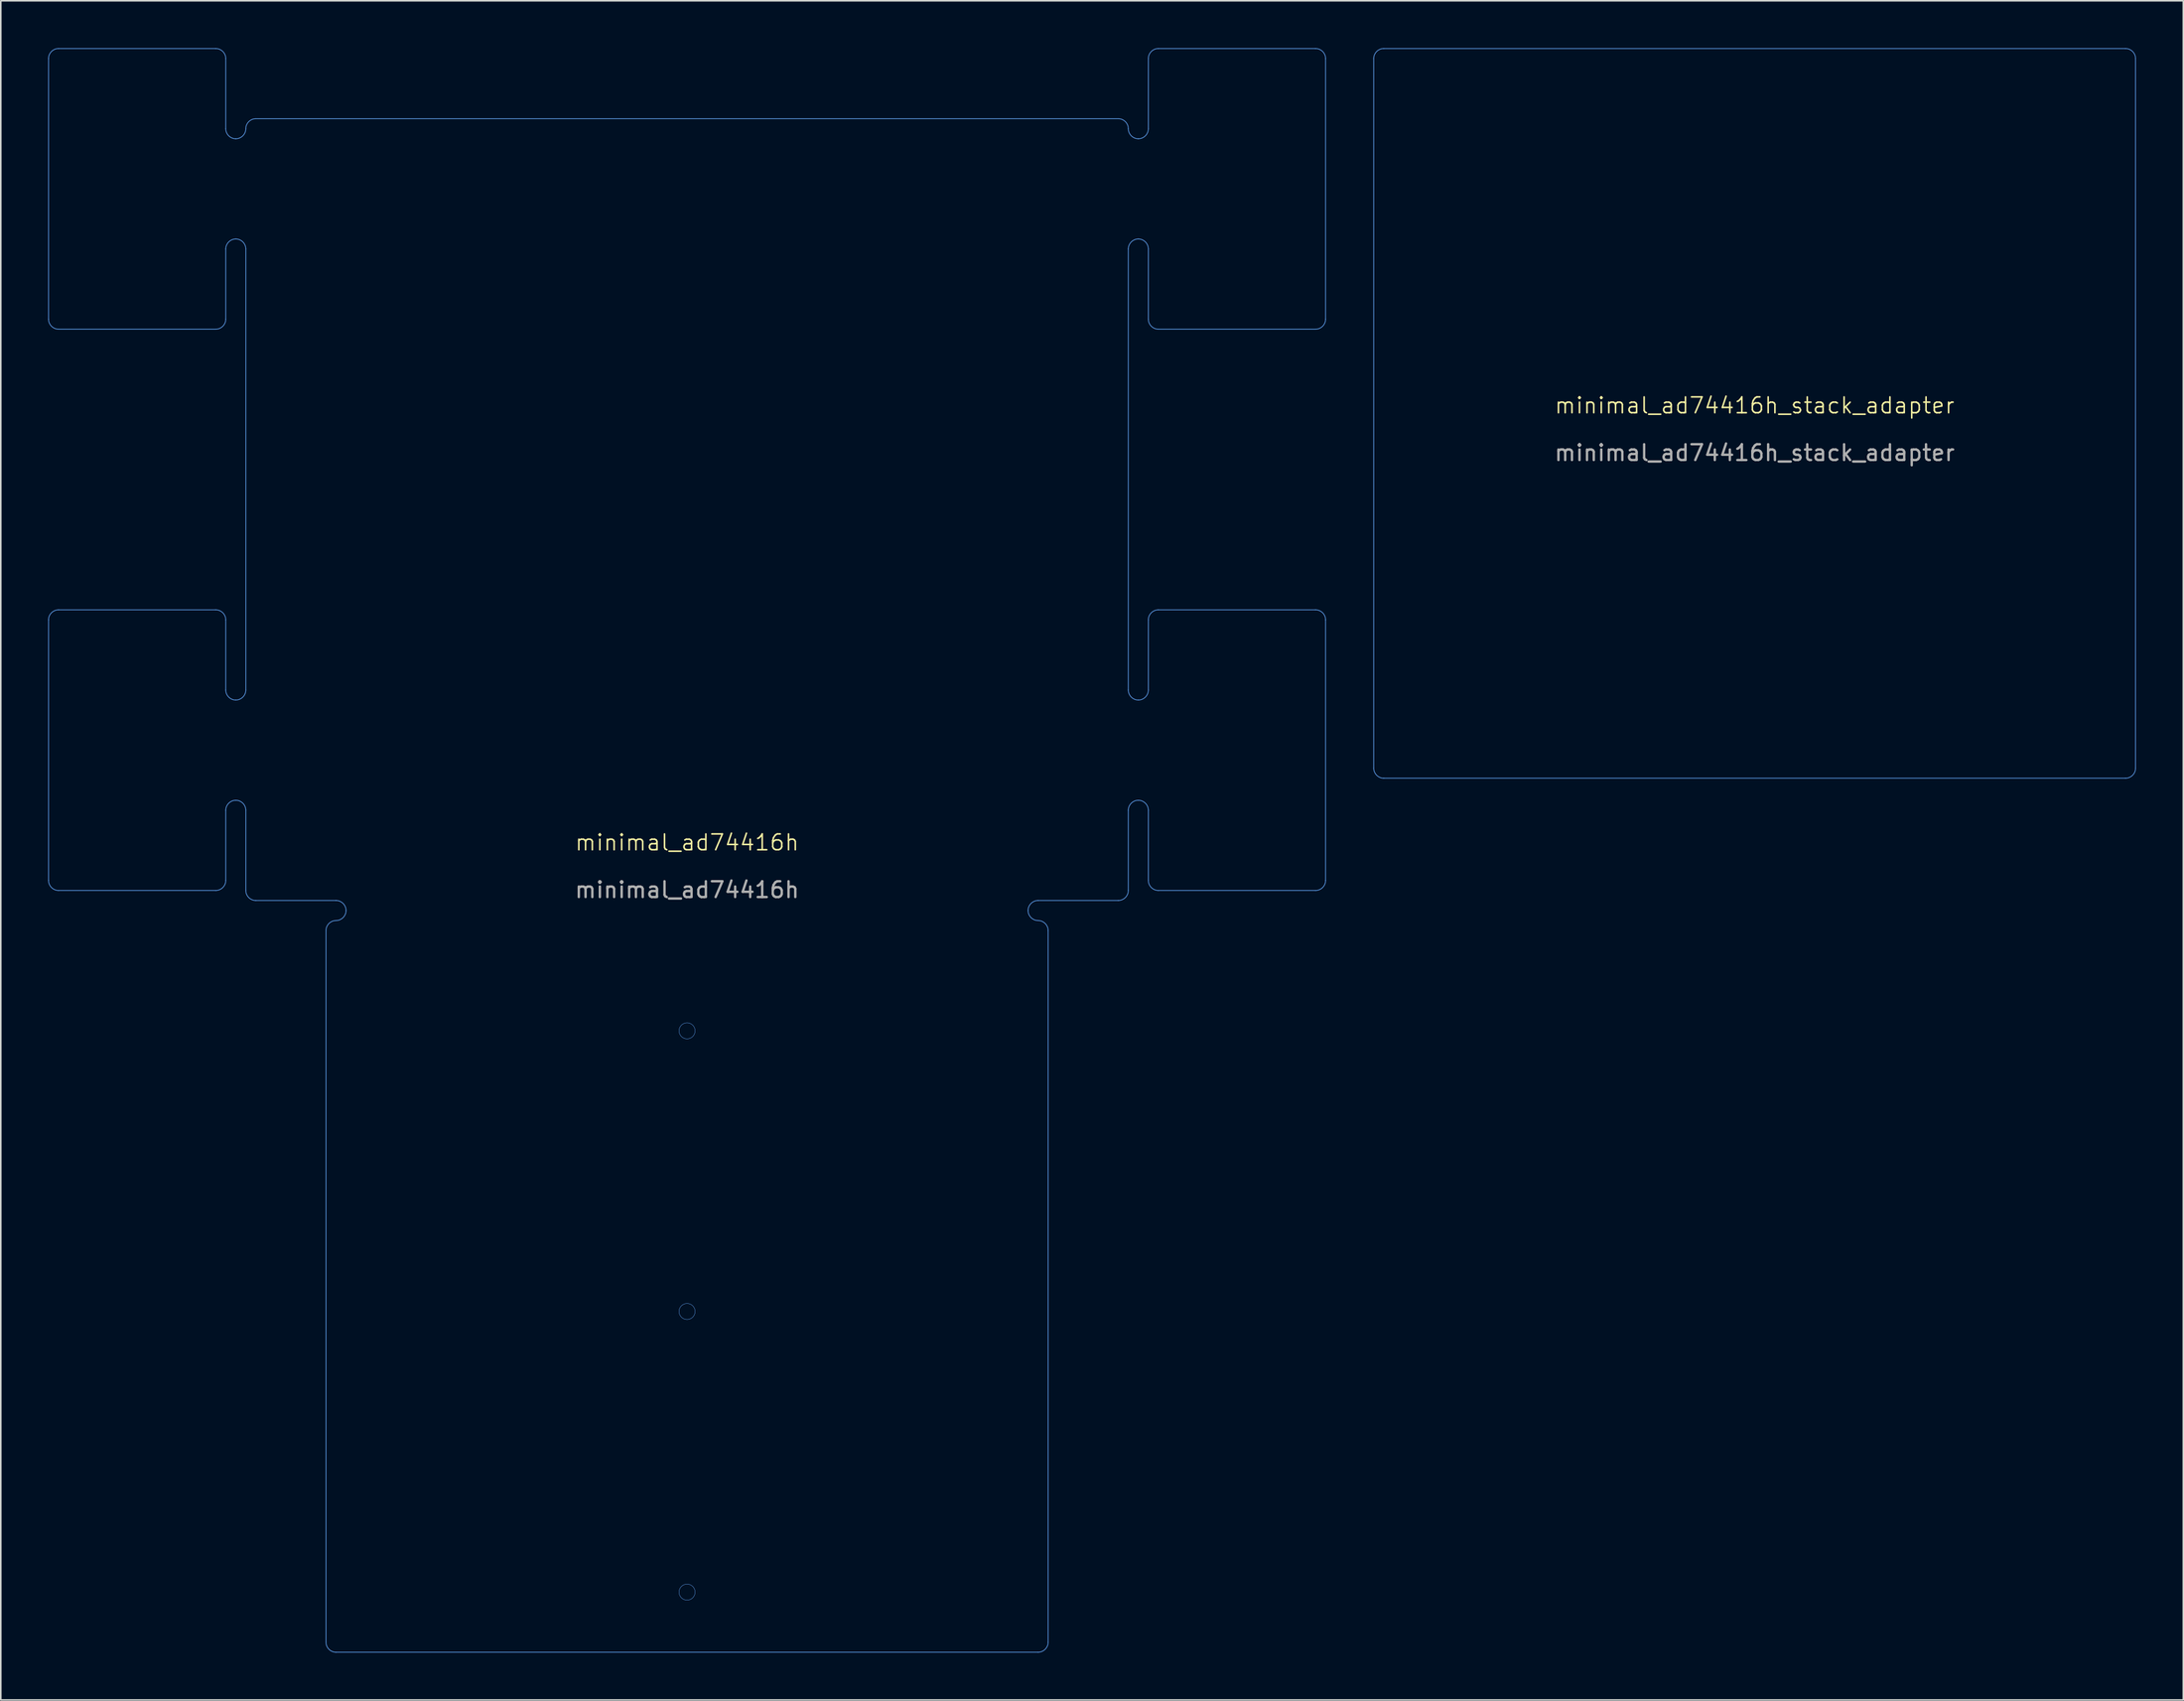
<source format=kicad_pcb>
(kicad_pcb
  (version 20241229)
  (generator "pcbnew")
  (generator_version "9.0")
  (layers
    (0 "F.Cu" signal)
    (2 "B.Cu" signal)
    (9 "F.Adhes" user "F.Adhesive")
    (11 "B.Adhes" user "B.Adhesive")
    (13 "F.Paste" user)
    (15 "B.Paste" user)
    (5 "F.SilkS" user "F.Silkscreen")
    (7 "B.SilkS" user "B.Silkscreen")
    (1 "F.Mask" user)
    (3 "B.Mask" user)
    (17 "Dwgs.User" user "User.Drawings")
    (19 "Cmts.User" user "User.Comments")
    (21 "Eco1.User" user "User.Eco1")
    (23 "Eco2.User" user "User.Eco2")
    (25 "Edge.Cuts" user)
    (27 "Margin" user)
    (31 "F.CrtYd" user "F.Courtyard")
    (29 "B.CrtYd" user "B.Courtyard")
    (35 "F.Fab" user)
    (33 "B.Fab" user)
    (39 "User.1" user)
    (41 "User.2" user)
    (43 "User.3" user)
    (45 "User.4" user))
  (footprint "minimal_ad74416h_stack_adapter"
    (layer "F.Cu")
    (at 108.104 23.139)
    (property "Reference" "minimal_ad74416h_stack_adapter" (at 0 -0.5 0) (unlocked yes) (layer "F.SilkS") (effects (font (size 1 1) (thickness 0.1))))
    (fp_line (start -24.13 -22.479) (end -24.13 22.479) (stroke (width 0.05) (type default)) (layer "Cmts.User"))
    (fp_line (start -23.495 -23.114) (end 23.495 -23.114) (stroke (width 0.05) (type default)) (layer "Cmts.User"))
    (fp_line (start 23.495 23.114) (end -23.495 23.114) (stroke (width 0.05) (type default)) (layer "Cmts.User"))
    (fp_line (start 24.13 22.479) (end 24.13 -22.479) (stroke (width 0.05) (type solid)) (layer "Cmts.User"))
    (fp_arc (start -24.13 -22.479) (mid -23.944013 -22.928013) (end -23.495 -23.114) (stroke (width 0.05) (type default)) (layer "Cmts.User"))
    (fp_arc (start -23.495 23.114) (mid -23.944013 22.928013) (end -24.13 22.479) (stroke (width 0.05) (type default)) (layer "Cmts.User"))
    (fp_arc (start 23.495 -23.114) (mid 23.944013 -22.928013) (end 24.13 -22.479) (stroke (width 0.05) (type default)) (layer "Cmts.User"))
    (fp_arc (start 24.13 22.479) (mid 23.944013 22.928013) (end 23.495 23.114) (stroke (width 0.05) (type default)) (layer "Cmts.User"))
    (fp_text user "${REFERENCE}" (at 0 2.5 0) (unlocked yes) (layer "F.Fab") (effects (font (size 1 1) (thickness 0.15)))))
  (footprint "minimal_ad74416h"
    (layer "F.Cu")
    (at 40.474 50.826)
    (property "Reference" "minimal_ad74416h" (at 0 -0.5 0) (unlocked yes) (layer "F.SilkS") (effects (font (size 1 1) (thickness 0.1))))
    (fp_line (start -40.449 -33.656) (end -40.449 -50.166) (stroke (width 0.05) (type default)) (layer "Cmts.User"))
    (fp_line (start -40.449 1.904) (end -40.449 -14.606) (stroke (width 0.05) (type default)) (layer "Cmts.User"))
    (fp_line (start -39.814 -50.801) (end -29.857 -50.801) (stroke (width 0.05) (type default)) (layer "Cmts.User"))
    (fp_line (start -39.814 -33.021) (end -29.857 -33.021) (stroke (width 0.05) (type default)) (layer "Cmts.User"))
    (fp_line (start -29.857 -15.241) (end -39.814 -15.241) (stroke (width 0.05) (type default)) (layer "Cmts.User"))
    (fp_line (start -29.857 2.539) (end -39.814 2.539) (stroke (width 0.05) (type default)) (layer "Cmts.User"))
    (fp_line (start -29.222 -45.721) (end -29.222 -50.166) (stroke (width 0.05) (type default)) (layer "Cmts.User"))
    (fp_line (start -29.222 -38.101) (end -29.222 -33.656) (stroke (width 0.05) (type default)) (layer "Cmts.User"))
    (fp_line (start -29.222 -14.606) (end -29.222 -10.161) (stroke (width 0.05) (type default)) (layer "Cmts.User"))
    (fp_line (start -29.222 1.904) (end -29.222 -2.541) (stroke (width 0.05) (type default)) (layer "Cmts.User"))
    (fp_line (start -27.952 -38.101) (end -27.952 -10.161) (stroke (width 0.05) (type default)) (layer "Cmts.User"))
    (fp_line (start -27.952 -2.541) (end -27.952 2.539) (stroke (width 0.05) (type default)) (layer "Cmts.User"))
    (fp_line (start -27.317 -46.356) (end 27.318 -46.356) (stroke (width 0.05) (type default)) (layer "Cmts.User"))
    (fp_line (start -27.317 3.174) (end -22.237 3.174) (stroke (width 0.05) (type default)) (layer "Cmts.User"))
    (fp_line (start -22.872 5.079) (end -22.872 50.164) (stroke (width 0.05) (type solid)) (layer "Cmts.User"))
    (fp_line (start 22.238 3.174) (end 27.318 3.174) (stroke (width 0.05) (type default)) (layer "Cmts.User"))
    (fp_line (start 22.238 50.799) (end -22.237 50.799) (stroke (width 0.05) (type default)) (layer "Cmts.User"))
    (fp_line (start 22.873 5.079) (end 22.873 50.164) (stroke (width 0.05) (type solid)) (layer "Cmts.User"))
    (fp_line (start 27.953 -10.161) (end 27.953 -38.101) (stroke (width 0.05) (type default)) (layer "Cmts.User"))
    (fp_line (start 27.953 2.539) (end 27.953 -2.541) (stroke (width 0.05) (type solid)) (layer "Cmts.User"))
    (fp_line (start 29.223 -50.166) (end 29.223 -45.721) (stroke (width 0.05) (type default)) (layer "Cmts.User"))
    (fp_line (start 29.223 -38.101) (end 29.223 -33.656) (stroke (width 0.05) (type default)) (layer "Cmts.User"))
    (fp_line (start 29.223 -14.606) (end 29.223 -10.161) (stroke (width 0.05) (type default)) (layer "Cmts.User"))
    (fp_line (start 29.223 -2.541) (end 29.223 1.904) (stroke (width 0.05) (type default)) (layer "Cmts.User"))
    (fp_line (start 29.858 -50.801) (end 39.815 -50.801) (stroke (width 0.05) (type default)) (layer "Cmts.User"))
    (fp_line (start 29.858 -15.241) (end 39.815 -15.241) (stroke (width 0.05) (type default)) (layer "Cmts.User"))
    (fp_line (start 39.815 -33.021) (end 29.858 -33.021) (stroke (width 0.05) (type default)) (layer "Cmts.User"))
    (fp_line (start 39.815 2.539) (end 29.858 2.539) (stroke (width 0.05) (type default)) (layer "Cmts.User"))
    (fp_line (start 40.45 -50.166) (end 40.45 -33.656) (stroke (width 0.05) (type default)) (layer "Cmts.User"))
    (fp_line (start 40.45 -14.606) (end 40.45 1.904) (stroke (width 0.05) (type default)) (layer "Cmts.User"))
    (fp_arc (start -40.448933 -50.165567) (mid -40.262946 -50.61458) (end -39.813933 -50.800567) (stroke (width 0.05) (type default)) (layer "Cmts.User"))
    (fp_arc (start -40.448933 -14.605567) (mid -40.262946 -15.05458) (end -39.813933 -15.240567) (stroke (width 0.05) (type default)) (layer "Cmts.User"))
    (fp_arc (start -39.813933 -33.020567) (mid -40.262946 -33.206554) (end -40.448933 -33.655567) (stroke (width 0.05) (type default)) (layer "Cmts.User"))
    (fp_arc (start -39.813933 2.539433) (mid -40.262946 2.353446) (end -40.448933 1.904433) (stroke (width 0.05) (type default)) (layer "Cmts.User"))
    (fp_arc (start -29.857133 -50.800567) (mid -29.40812 -50.61458) (end -29.222133 -50.165567) (stroke (width 0.05) (type default)) (layer "Cmts.User"))
    (fp_arc (start -29.857133 -15.240567) (mid -29.40812 -15.05458) (end -29.222133 -14.605567) (stroke (width 0.05) (type default)) (layer "Cmts.User"))
    (fp_arc (start -29.222133 -38.100567) (mid -29.036146 -38.54958) (end -28.587133 -38.735567) (stroke (width 0.05) (type default)) (layer "Cmts.User"))
    (fp_arc (start -29.222133 -33.655567) (mid -29.40812 -33.206554) (end -29.857133 -33.020567) (stroke (width 0.05) (type default)) (layer "Cmts.User"))
    (fp_arc (start -29.222133 -2.540567) (mid -29.036146 -2.98958) (end -28.587133 -3.175567) (stroke (width 0.05) (type default)) (layer "Cmts.User"))
    (fp_arc (start -29.222133 1.904433) (mid -29.40812 2.353446) (end -29.857133 2.539433) (stroke (width 0.05) (type default)) (layer "Cmts.User"))
    (fp_arc (start -28.587133 -45.085567) (mid -29.036146 -45.271554) (end -29.222133 -45.720567) (stroke (width 0.05) (type default)) (layer "Cmts.User"))
    (fp_arc (start -28.587133 -38.735567) (mid -28.13812 -38.54958) (end -27.952133 -38.100567) (stroke (width 0.05) (type default)) (layer "Cmts.User"))
    (fp_arc (start -28.587133 -9.525567) (mid -29.036146 -9.711554) (end -29.222133 -10.160567) (stroke (width 0.05) (type default)) (layer "Cmts.User"))
    (fp_arc (start -28.587133 -3.175567) (mid -28.13812 -2.98958) (end -27.952133 -2.540567) (stroke (width 0.05) (type default)) (layer "Cmts.User"))
    (fp_arc (start -27.952133 -45.720567) (mid -28.13812 -45.271554) (end -28.587133 -45.085567) (stroke (width 0.05) (type default)) (layer "Cmts.User"))
    (fp_arc (start -27.952133 -45.720567) (mid -27.766146 -46.16958) (end -27.317133 -46.355567) (stroke (width 0.05) (type default)) (layer "Cmts.User"))
    (fp_arc (start -27.952133 -10.160567) (mid -28.13812 -9.711554) (end -28.587133 -9.525567) (stroke (width 0.05) (type default)) (layer "Cmts.User"))
    (fp_arc (start -27.317133 3.174433) (mid -27.766146 2.988446) (end -27.952133 2.539433) (stroke (width 0.05) (type default)) (layer "Cmts.User"))
    (fp_arc (start -22.872133 5.079433) (mid -22.686146 4.63042) (end -22.237133 4.444433) (stroke (width 0.05) (type default)) (layer "Cmts.User"))
    (fp_arc (start -22.237133 3.174433) (mid -21.78812 3.36042) (end -21.602133 3.809433) (stroke (width 0.05) (type default)) (layer "Cmts.User"))
    (fp_arc (start -22.237133 50.799433) (mid -22.686146 50.613446) (end -22.872133 50.164433) (stroke (width 0.05) (type default)) (layer "Cmts.User"))
    (fp_arc (start -21.602133 3.809433) (mid -21.78812 4.258446) (end -22.237133 4.444433) (stroke (width 0.05) (type default)) (layer "Cmts.User"))
    (fp_arc (start 21.603267 3.809433) (mid 21.789254 3.36042) (end 22.238267 3.174433) (stroke (width 0.05) (type default)) (layer "Cmts.User"))
    (fp_arc (start 22.238267 4.444433) (mid 21.789254 4.258446) (end 21.603267 3.809433) (stroke (width 0.05) (type default)) (layer "Cmts.User"))
    (fp_arc (start 22.238267 4.444433) (mid 22.68728 4.63042) (end 22.873267 5.079433) (stroke (width 0.05) (type default)) (layer "Cmts.User"))
    (fp_arc (start 22.873267 50.164433) (mid 22.68728 50.613446) (end 22.238267 50.799433) (stroke (width 0.05) (type default)) (layer "Cmts.User"))
    (fp_arc (start 27.318267 -46.355567) (mid 27.76728 -46.16958) (end 27.953267 -45.720567) (stroke (width 0.05) (type default)) (layer "Cmts.User"))
    (fp_arc (start 27.953267 -38.100567) (mid 28.139254 -38.54958) (end 28.588267 -38.735567) (stroke (width 0.05) (type default)) (layer "Cmts.User"))
    (fp_arc (start 27.953267 -2.540567) (mid 28.139254 -2.98958) (end 28.588267 -3.175567) (stroke (width 0.05) (type default)) (layer "Cmts.User"))
    (fp_arc (start 27.953267 2.539433) (mid 27.76728 2.988446) (end 27.318267 3.174433) (stroke (width 0.05) (type default)) (layer "Cmts.User"))
    (fp_arc (start 28.588267 -45.085567) (mid 28.139254 -45.271554) (end 27.953267 -45.720567) (stroke (width 0.05) (type default)) (layer "Cmts.User"))
    (fp_arc (start 28.588267 -38.735567) (mid 29.03728 -38.54958) (end 29.223267 -38.100567) (stroke (width 0.05) (type default)) (layer "Cmts.User"))
    (fp_arc (start 28.588267 -9.525567) (mid 28.139254 -9.711554) (end 27.953267 -10.160567) (stroke (width 0.05) (type default)) (layer "Cmts.User"))
    (fp_arc (start 28.588267 -3.175567) (mid 29.03728 -2.98958) (end 29.223267 -2.540567) (stroke (width 0.05) (type default)) (layer "Cmts.User"))
    (fp_arc (start 29.223267 -50.165567) (mid 29.409254 -50.61458) (end 29.858267 -50.800567) (stroke (width 0.05) (type default)) (layer "Cmts.User"))
    (fp_arc (start 29.223267 -45.720567) (mid 29.03728 -45.271554) (end 28.588267 -45.085567) (stroke (width 0.05) (type default)) (layer "Cmts.User"))
    (fp_arc (start 29.223267 -14.605567) (mid 29.409254 -15.05458) (end 29.858267 -15.240567) (stroke (width 0.05) (type default)) (layer "Cmts.User"))
    (fp_arc (start 29.223267 -10.160567) (mid 29.03728 -9.711554) (end 28.588267 -9.525567) (stroke (width 0.05) (type default)) (layer "Cmts.User"))
    (fp_arc (start 29.858267 -33.020567) (mid 29.409254 -33.206554) (end 29.223267 -33.655567) (stroke (width 0.05) (type default)) (layer "Cmts.User"))
    (fp_arc (start 29.858267 2.539433) (mid 29.409254 2.353446) (end 29.223267 1.904433) (stroke (width 0.05) (type default)) (layer "Cmts.User"))
    (fp_arc (start 39.815067 -50.800567) (mid 40.26408 -50.61458) (end 40.450067 -50.165567) (stroke (width 0.05) (type default)) (layer "Cmts.User"))
    (fp_arc (start 39.815067 -15.240567) (mid 40.26408 -15.05458) (end 40.450067 -14.605567) (stroke (width 0.05) (type default)) (layer "Cmts.User"))
    (fp_arc (start 40.450067 -33.655567) (mid 40.26408 -33.206554) (end 39.815067 -33.020567) (stroke (width 0.05) (type default)) (layer "Cmts.User"))
    (fp_arc (start 40.450067 1.904433) (mid 40.26408 2.353446) (end 39.815067 2.539433) (stroke (width 0.05) (type default)) (layer "Cmts.User"))
    (fp_circle (center 0.001 11.432) (end 0.509 11.432) (stroke (width 0.025) (type solid)) (fill no) (layer "Cmts.User"))
    (fp_circle (center 0.001 29.212) (end 0.509 29.212) (stroke (width 0.025) (type solid)) (fill no) (layer "Cmts.User"))
    (fp_circle (center 0.001 46.992) (end 0.509 46.992) (stroke (width 0.025) (type solid)) (fill no) (layer "Cmts.User"))
    (fp_text user "${REFERENCE}" (at 0 2.5 0) (unlocked yes) (layer "F.Fab") (effects (font (size 1 1) (thickness 0.15)))))
  (gr_rect
    (start -3 -3)
    (end 135.259 104.65)
    (stroke (width 0.1) (type default))
    (fill no)
    (layer "Edge.Cuts")))
</source>
